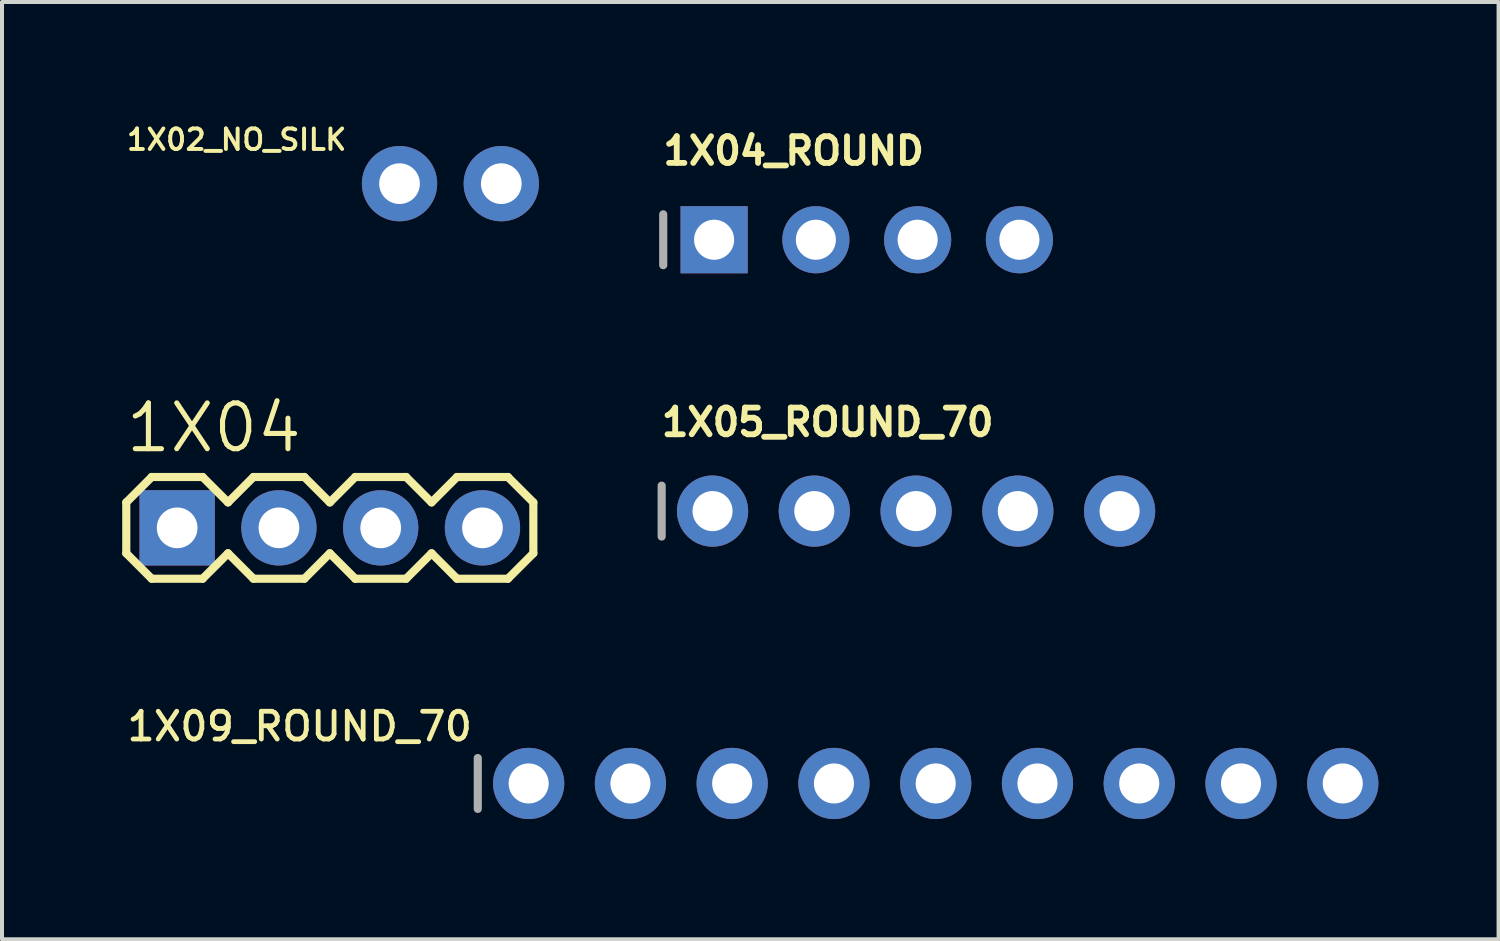
<source format=kicad_pcb>
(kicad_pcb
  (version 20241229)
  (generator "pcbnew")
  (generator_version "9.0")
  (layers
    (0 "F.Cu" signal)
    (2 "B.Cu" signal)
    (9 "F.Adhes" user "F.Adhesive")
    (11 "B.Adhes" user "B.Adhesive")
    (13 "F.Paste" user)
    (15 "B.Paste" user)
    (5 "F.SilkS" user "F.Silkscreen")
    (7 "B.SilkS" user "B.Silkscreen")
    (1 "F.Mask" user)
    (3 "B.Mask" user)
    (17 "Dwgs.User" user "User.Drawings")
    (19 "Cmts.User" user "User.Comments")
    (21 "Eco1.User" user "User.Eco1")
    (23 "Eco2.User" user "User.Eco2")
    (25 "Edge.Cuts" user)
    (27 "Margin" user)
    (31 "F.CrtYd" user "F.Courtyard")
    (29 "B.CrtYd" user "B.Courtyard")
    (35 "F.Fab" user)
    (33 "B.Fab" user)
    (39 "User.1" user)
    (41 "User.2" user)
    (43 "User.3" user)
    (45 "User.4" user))
  (footprint "1X05_ROUND_70"
    (layer "F.Cu")
    (at 19.815 9.707)
    (property "Reference" "1X05_ROUND_70" (at -6.426 -1.829 0) (layer "F.SilkS") (effects (font (size 0.666 0.666) (thickness 0.146)) (justify left bottom)))
    (fp_line (start -6.35 -0.635) (end -6.35 0.635) (stroke (width 0.203) (type solid)) (layer "F.Fab"))
    (fp_poly (pts (xy -5.334 0.254) (xy -4.826 0.254) (xy -4.826 -0.254) (xy -5.334 -0.254)) (stroke (width 0.1) (type default)) (fill no) (layer "F.Fab"))
    (fp_poly (pts (xy -2.794 0.254) (xy -2.286 0.254) (xy -2.286 -0.254) (xy -2.794 -0.254)) (stroke (width 0.1) (type default)) (fill no) (layer "F.Fab"))
    (fp_poly (pts (xy -0.254 0.254) (xy 0.254 0.254) (xy 0.254 -0.254) (xy -0.254 -0.254)) (stroke (width 0.1) (type default)) (fill no) (layer "F.Fab"))
    (fp_poly (pts (xy 2.286 0.254) (xy 2.794 0.254) (xy 2.794 -0.254) (xy 2.286 -0.254)) (stroke (width 0.1) (type default)) (fill no) (layer "F.Fab"))
    (fp_poly (pts (xy 4.826 0.254) (xy 5.334 0.254) (xy 5.334 -0.254) (xy 4.826 -0.254)) (stroke (width 0.1) (type default)) (fill no) (layer "F.Fab"))
    (pad "1" thru_hole circle (at -5.08 0 90) (size 1.778 1.778) (drill 1) (layers "*.Cu" "*.Mask"))
    (pad "2" thru_hole circle (at -2.54 0 90) (size 1.778 1.778) (drill 1) (layers "*.Cu" "*.Mask"))
    (pad "3" thru_hole circle (at 0 0 90) (size 1.778 1.778) (drill 1) (layers "*.Cu" "*.Mask"))
    (pad "4" thru_hole circle (at 2.54 0 90) (size 1.778 1.778) (drill 1) (layers "*.Cu" "*.Mask"))
    (pad "5" thru_hole circle (at 5.08 0 90) (size 1.778 1.778) (drill 1) (layers "*.Cu" "*.Mask")))
  (footprint "1X02_NO_SILK"
    (layer "F.Cu")
    (at 6.922 1.534)
    (property "Reference" "1X02_NO_SILK" (at -1.27 -1.397 180) (layer "F.SilkS") (effects (font (size 0.512 0.512) (thickness 0.098)) (justify right top)))
    (fp_poly (pts (xy -0.254 0.254) (xy 0.254 0.254) (xy 0.254 -0.254) (xy -0.254 -0.254)) (stroke (width 0.1) (type default)) (fill no) (layer "F.Fab"))
    (fp_poly (pts (xy 2.286 0.254) (xy 2.794 0.254) (xy 2.794 -0.254) (xy 2.286 -0.254)) (stroke (width 0.1) (type default)) (fill no) (layer "F.Fab"))
    (pad "1" thru_hole circle (at 0 0 90) (size 1.88 1.88) (drill 1.016) (layers "*.Cu" "*.Mask"))
    (pad "2" thru_hole circle (at 2.54 0 90) (size 1.88 1.88) (drill 1.016) (layers "*.Cu" "*.Mask")))
  (footprint "1X04_ROUND"
    (layer "F.Cu")
    (at 18.584 2.934)
    (property "Reference" "1X04_ROUND" (at -5.156 -1.829 0) (layer "F.SilkS") (effects (font (size 0.666 0.666) (thickness 0.146)) (justify left bottom)))
    (fp_line (start -5.08 -0.635) (end -5.08 0.635) (stroke (width 0.203) (type solid)) (layer "F.Fab"))
    (fp_poly (pts (xy -4.064 0.254) (xy -3.556 0.254) (xy -3.556 -0.254) (xy -4.064 -0.254)) (stroke (width 0.1) (type default)) (fill no) (layer "F.Fab"))
    (fp_poly (pts (xy -1.524 0.254) (xy -1.016 0.254) (xy -1.016 -0.254) (xy -1.524 -0.254)) (stroke (width 0.1) (type default)) (fill no) (layer "F.Fab"))
    (fp_poly (pts (xy 1.016 0.254) (xy 1.524 0.254) (xy 1.524 -0.254) (xy 1.016 -0.254)) (stroke (width 0.1) (type default)) (fill no) (layer "F.Fab"))
    (fp_poly (pts (xy 3.556 0.254) (xy 4.064 0.254) (xy 4.064 -0.254) (xy 3.556 -0.254)) (stroke (width 0.1) (type default)) (fill no) (layer "F.Fab"))
    (pad "1" thru_hole rect (at -3.81 0 90) (size 1.676 1.676) (drill 1) (layers "*.Cu" "*.Mask"))
    (pad "2" thru_hole circle (at -1.27 0 90) (size 1.676 1.676) (drill 1) (layers "*.Cu" "*.Mask"))
    (pad "3" thru_hole circle (at 1.27 0 90) (size 1.676 1.676) (drill 1) (layers "*.Cu" "*.Mask"))
    (pad "4" thru_hole circle (at 3.81 0 90) (size 1.676 1.676) (drill 1) (layers "*.Cu" "*.Mask")))
  (footprint "1X09_ROUND_70"
    (layer "F.Cu")
    (at 20.305 16.505)
    (property "Reference" "1X09_ROUND_70" (at -11.506 -1.829 180) (layer "F.SilkS") (effects (font (size 0.693 0.693) (thickness 0.12)) (justify right top)))
    (fp_line (start -11.43 -0.635) (end -11.43 0.635) (stroke (width 0.203) (type solid)) (layer "F.Fab"))
    (fp_poly (pts (xy -10.414 0.254) (xy -9.906 0.254) (xy -9.906 -0.254) (xy -10.414 -0.254)) (stroke (width 0.1) (type default)) (fill no) (layer "F.Fab"))
    (fp_poly (pts (xy -7.874 0.254) (xy -7.366 0.254) (xy -7.366 -0.254) (xy -7.874 -0.254)) (stroke (width 0.1) (type default)) (fill no) (layer "F.Fab"))
    (fp_poly (pts (xy -5.334 0.254) (xy -4.826 0.254) (xy -4.826 -0.254) (xy -5.334 -0.254)) (stroke (width 0.1) (type default)) (fill no) (layer "F.Fab"))
    (fp_poly (pts (xy -2.794 0.254) (xy -2.286 0.254) (xy -2.286 -0.254) (xy -2.794 -0.254)) (stroke (width 0.1) (type default)) (fill no) (layer "F.Fab"))
    (fp_poly (pts (xy -0.254 0.254) (xy 0.254 0.254) (xy 0.254 -0.254) (xy -0.254 -0.254)) (stroke (width 0.1) (type default)) (fill no) (layer "F.Fab"))
    (fp_poly (pts (xy 2.286 0.254) (xy 2.794 0.254) (xy 2.794 -0.254) (xy 2.286 -0.254)) (stroke (width 0.1) (type default)) (fill no) (layer "F.Fab"))
    (fp_poly (pts (xy 4.826 0.254) (xy 5.334 0.254) (xy 5.334 -0.254) (xy 4.826 -0.254)) (stroke (width 0.1) (type default)) (fill no) (layer "F.Fab"))
    (fp_poly (pts (xy 7.366 0.254) (xy 7.874 0.254) (xy 7.874 -0.254) (xy 7.366 -0.254)) (stroke (width 0.1) (type default)) (fill no) (layer "F.Fab"))
    (fp_poly (pts (xy 9.906 0.254) (xy 10.414 0.254) (xy 10.414 -0.254) (xy 9.906 -0.254)) (stroke (width 0.1) (type default)) (fill no) (layer "F.Fab"))
    (pad "1" thru_hole circle (at -10.16 0 90) (size 1.778 1.778) (drill 1) (layers "*.Cu" "*.Mask"))
    (pad "2" thru_hole circle (at -7.62 0 90) (size 1.778 1.778) (drill 1) (layers "*.Cu" "*.Mask"))
    (pad "3" thru_hole circle (at -5.08 0 90) (size 1.778 1.778) (drill 1) (layers "*.Cu" "*.Mask"))
    (pad "4" thru_hole circle (at -2.54 0 90) (size 1.778 1.778) (drill 1) (layers "*.Cu" "*.Mask"))
    (pad "5" thru_hole circle (at 0 0 90) (size 1.778 1.778) (drill 1) (layers "*.Cu" "*.Mask"))
    (pad "6" thru_hole circle (at 2.54 0 90) (size 1.778 1.778) (drill 1) (layers "*.Cu" "*.Mask"))
    (pad "7" thru_hole circle (at 5.08 0 90) (size 1.778 1.778) (drill 1) (layers "*.Cu" "*.Mask"))
    (pad "8" thru_hole circle (at 7.62 0 90) (size 1.778 1.778) (drill 1) (layers "*.Cu" "*.Mask"))
    (pad "9" thru_hole circle (at 10.16 0 90) (size 1.778 1.778) (drill 1) (layers "*.Cu" "*.Mask")))
  (footprint "1X04"
    (layer "F.Cu")
    (at 1.372 10.125)
    (property "Reference" "1X04" (at -1.346 -1.829 0) (layer "F.SilkS") (effects (font (size 1.143 1.143) (thickness 0.127)) (justify left bottom)))
    (fp_line (start -1.27 -0.635) (end -1.27 0.635) (stroke (width 0.203) (type solid)) (layer "F.SilkS"))
    (fp_line (start -1.27 0.635) (end -0.635 1.27) (stroke (width 0.203) (type solid)) (layer "F.SilkS"))
    (fp_line (start -0.635 -1.27) (end -1.27 -0.635) (stroke (width 0.203) (type solid)) (layer "F.SilkS"))
    (fp_line (start -0.635 -1.27) (end 0.635 -1.27) (stroke (width 0.203) (type solid)) (layer "F.SilkS"))
    (fp_line (start 0.635 -1.27) (end 1.27 -0.635) (stroke (width 0.203) (type solid)) (layer "F.SilkS"))
    (fp_line (start 0.635 1.27) (end -0.635 1.27) (stroke (width 0.203) (type solid)) (layer "F.SilkS"))
    (fp_line (start 1.27 -0.635) (end 1.905 -1.27) (stroke (width 0.203) (type solid)) (layer "F.SilkS"))
    (fp_line (start 1.27 0.635) (end 0.635 1.27) (stroke (width 0.203) (type solid)) (layer "F.SilkS"))
    (fp_line (start 1.905 -1.27) (end 3.175 -1.27) (stroke (width 0.203) (type solid)) (layer "F.SilkS"))
    (fp_line (start 1.905 1.27) (end 1.27 0.635) (stroke (width 0.203) (type solid)) (layer "F.SilkS"))
    (fp_line (start 3.175 -1.27) (end 3.81 -0.635) (stroke (width 0.203) (type solid)) (layer "F.SilkS"))
    (fp_line (start 3.175 1.27) (end 1.905 1.27) (stroke (width 0.203) (type solid)) (layer "F.SilkS"))
    (fp_line (start 3.81 -0.635) (end 4.445 -1.27) (stroke (width 0.203) (type solid)) (layer "F.SilkS"))
    (fp_line (start 3.81 0.635) (end 3.175 1.27) (stroke (width 0.203) (type solid)) (layer "F.SilkS"))
    (fp_line (start 4.445 -1.27) (end 5.715 -1.27) (stroke (width 0.203) (type solid)) (layer "F.SilkS"))
    (fp_line (start 4.445 1.27) (end 3.81 0.635) (stroke (width 0.203) (type solid)) (layer "F.SilkS"))
    (fp_line (start 5.715 -1.27) (end 6.35 -0.635) (stroke (width 0.203) (type solid)) (layer "F.SilkS"))
    (fp_line (start 5.715 1.27) (end 4.445 1.27) (stroke (width 0.203) (type solid)) (layer "F.SilkS"))
    (fp_line (start 6.35 0.635) (end 5.715 1.27) (stroke (width 0.203) (type solid)) (layer "F.SilkS"))
    (fp_line (start 6.35 0.635) (end 6.985 1.27) (stroke (width 0.203) (type solid)) (layer "F.SilkS"))
    (fp_line (start 6.985 -1.27) (end 6.35 -0.635) (stroke (width 0.203) (type solid)) (layer "F.SilkS"))
    (fp_line (start 6.985 -1.27) (end 8.255 -1.27) (stroke (width 0.203) (type solid)) (layer "F.SilkS"))
    (fp_line (start 8.255 -1.27) (end 8.89 -0.635) (stroke (width 0.203) (type solid)) (layer "F.SilkS"))
    (fp_line (start 8.255 1.27) (end 6.985 1.27) (stroke (width 0.203) (type solid)) (layer "F.SilkS"))
    (fp_line (start 8.89 -0.635) (end 8.89 0.635) (stroke (width 0.203) (type solid)) (layer "F.SilkS"))
    (fp_line (start 8.89 0.635) (end 8.255 1.27) (stroke (width 0.203) (type solid)) (layer "F.SilkS"))
    (fp_poly (pts (xy -0.254 0.254) (xy 0.254 0.254) (xy 0.254 -0.254) (xy -0.254 -0.254)) (stroke (width 0.1) (type default)) (fill no) (layer "F.Fab"))
    (fp_poly (pts (xy 2.286 0.254) (xy 2.794 0.254) (xy 2.794 -0.254) (xy 2.286 -0.254)) (stroke (width 0.1) (type default)) (fill no) (layer "F.Fab"))
    (fp_poly (pts (xy 4.826 0.254) (xy 5.334 0.254) (xy 5.334 -0.254) (xy 4.826 -0.254)) (stroke (width 0.1) (type default)) (fill no) (layer "F.Fab"))
    (fp_poly (pts (xy 7.366 0.254) (xy 7.874 0.254) (xy 7.874 -0.254) (xy 7.366 -0.254)) (stroke (width 0.1) (type default)) (fill no) (layer "F.Fab"))
    (pad "1" thru_hole rect (at 0 0 90) (size 1.88 1.88) (drill 1.016) (layers "*.Cu" "*.Mask"))
    (pad "2" thru_hole circle (at 2.54 0 90) (size 1.88 1.88) (drill 1.016) (layers "*.Cu" "*.Mask"))
    (pad "3" thru_hole circle (at 5.08 0 90) (size 1.88 1.88) (drill 1.016) (layers "*.Cu" "*.Mask"))
    (pad "4" thru_hole circle (at 7.62 0 90) (size 1.88 1.88) (drill 1.016) (layers "*.Cu" "*.Mask")))
  (gr_rect
    (start -3 -3)
    (end 34.354 20.394)
    (stroke (width 0.1) (type default))
    (fill no)
    (layer "Edge.Cuts")))
</source>
